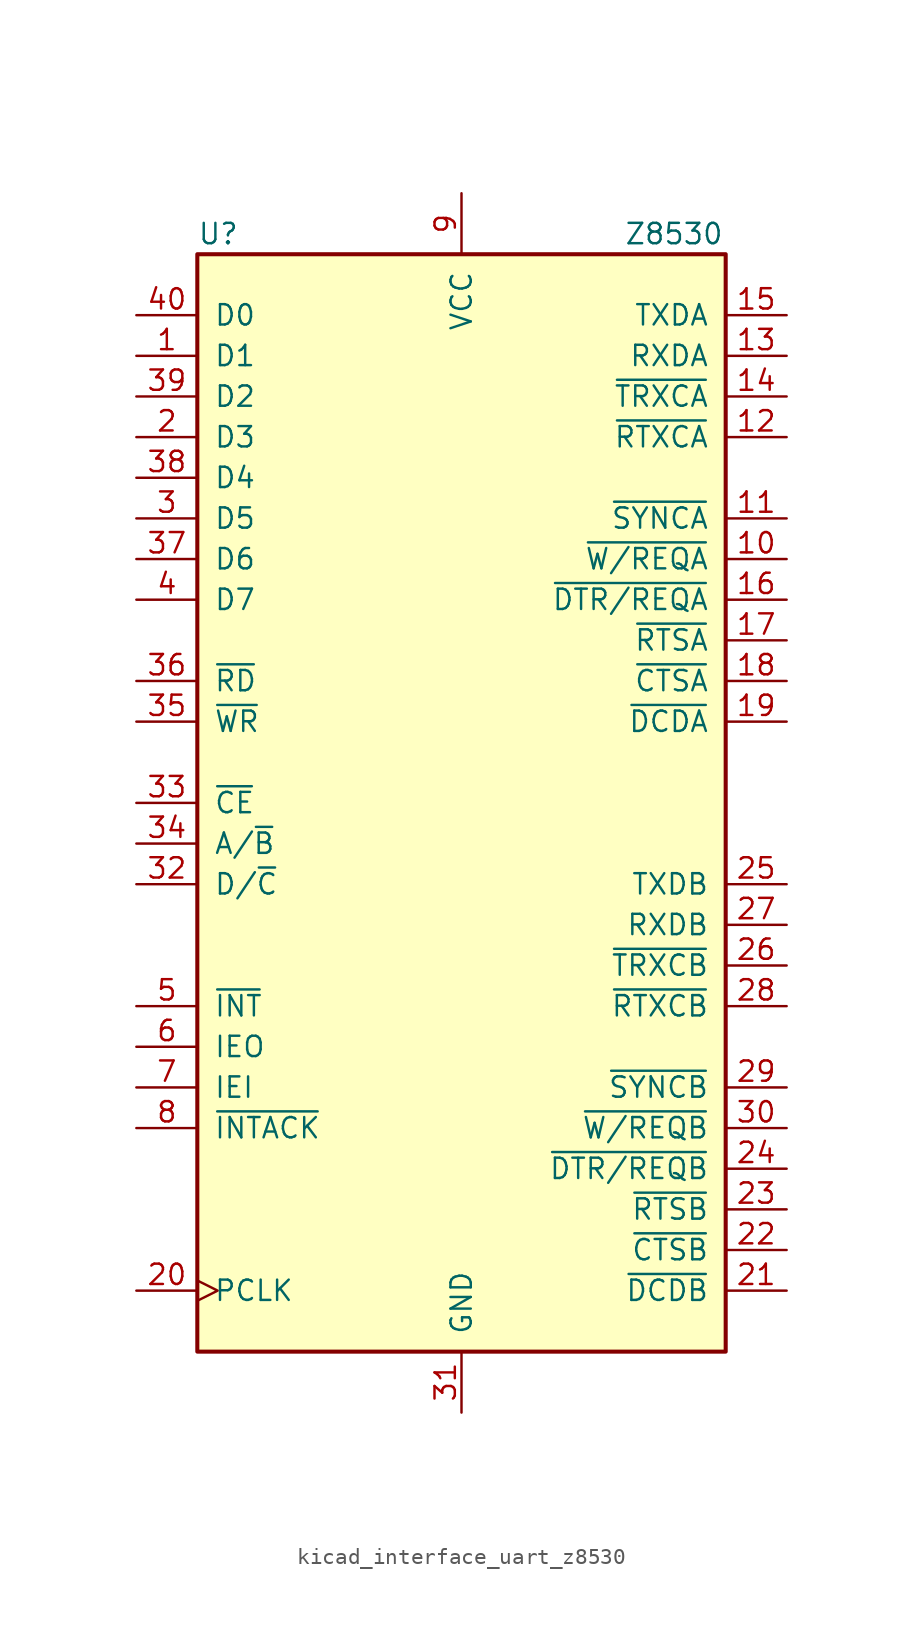
<source format=kicad_sym>
(kicad_symbol_lib
  (version 20220914)
  (generator kicad_symbol_editor)
  (symbol "kicad_interface_uart_z8530"
    (pin_names
      (offset 1.016))
    (property "Reference" "U"
      (at -16.51 35.56 0)
      (effects (font (size 1.27 1.27)) (justify left)))
    (property "Value" "Z8530"
      (at 10.16 35.56 0)
      (effects (font (size 1.27 1.27)) (justify left)))
    (symbol "kicad_interface_uart_z8530_0_1"
      (rectangle (start -16.51 -34.29) (end 16.51 34.29) (stroke (width 0.254) (type default)) (fill (type background))))
    (symbol "kicad_interface_uart_z8530_1_1"
      (pin input line (at -20.32 27.94 0) (length 3.81) (name "D1" (effects (font (size 1.27 1.27)))) (number "1" (effects (font (size 1.27 1.27)))))
      (pin output line (at 20.32 15.24 180) (length 3.81) (name "~{W/REQA}" (effects (font (size 1.27 1.27)))) (number "10" (effects (font (size 1.27 1.27)))))
      (pin bidirectional line (at 20.32 17.78 180) (length 3.81) (name "~{SYNCA}" (effects (font (size 1.27 1.27)))) (number "11" (effects (font (size 1.27 1.27)))))
      (pin input line (at 20.32 22.86 180) (length 3.81) (name "~{RTXCA}" (effects (font (size 1.27 1.27)))) (number "12" (effects (font (size 1.27 1.27)))))
      (pin input line (at 20.32 27.94 180) (length 3.81) (name "RXDA" (effects (font (size 1.27 1.27)))) (number "13" (effects (font (size 1.27 1.27)))))
      (pin bidirectional line (at 20.32 25.4 180) (length 3.81) (name "~{TRXCA}" (effects (font (size 1.27 1.27)))) (number "14" (effects (font (size 1.27 1.27)))))
      (pin output line (at 20.32 30.48 180) (length 3.81) (name "TXDA" (effects (font (size 1.27 1.27)))) (number "15" (effects (font (size 1.27 1.27)))))
      (pin output line (at 20.32 12.7 180) (length 3.81) (name "~{DTR/REQA}" (effects (font (size 1.27 1.27)))) (number "16" (effects (font (size 1.27 1.27)))))
      (pin output line (at 20.32 10.16 180) (length 3.81) (name "~{RTSA}" (effects (font (size 1.27 1.27)))) (number "17" (effects (font (size 1.27 1.27)))))
      (pin input line (at 20.32 7.62 180) (length 3.81) (name "~{CTSA}" (effects (font (size 1.27 1.27)))) (number "18" (effects (font (size 1.27 1.27)))))
      (pin input line (at 20.32 5.08 180) (length 3.81) (name "~{DCDA}" (effects (font (size 1.27 1.27)))) (number "19" (effects (font (size 1.27 1.27)))))
      (pin input line (at -20.32 22.86 0) (length 3.81) (name "D3" (effects (font (size 1.27 1.27)))) (number "2" (effects (font (size 1.27 1.27)))))
      (pin input clock (at -20.32 -30.48 0) (length 3.81) (name "PCLK" (effects (font (size 1.27 1.27)))) (number "20" (effects (font (size 1.27 1.27)))))
      (pin input line (at 20.32 -30.48 180) (length 3.81) (name "~{DCDB}" (effects (font (size 1.27 1.27)))) (number "21" (effects (font (size 1.27 1.27)))))
      (pin input line (at 20.32 -27.94 180) (length 3.81) (name "~{CTSB}" (effects (font (size 1.27 1.27)))) (number "22" (effects (font (size 1.27 1.27)))))
      (pin output line (at 20.32 -25.4 180) (length 3.81) (name "~{RTSB}" (effects (font (size 1.27 1.27)))) (number "23" (effects (font (size 1.27 1.27)))))
      (pin output line (at 20.32 -22.86 180) (length 3.81) (name "~{DTR/REQB}" (effects (font (size 1.27 1.27)))) (number "24" (effects (font (size 1.27 1.27)))))
      (pin output line (at 20.32 -5.08 180) (length 3.81) (name "TXDB" (effects (font (size 1.27 1.27)))) (number "25" (effects (font (size 1.27 1.27)))))
      (pin bidirectional line (at 20.32 -10.16 180) (length 3.81) (name "~{TRXCB}" (effects (font (size 1.27 1.27)))) (number "26" (effects (font (size 1.27 1.27)))))
      (pin input line (at 20.32 -7.62 180) (length 3.81) (name "RXDB" (effects (font (size 1.27 1.27)))) (number "27" (effects (font (size 1.27 1.27)))))
      (pin input line (at 20.32 -12.7 180) (length 3.81) (name "~{RTXCB}" (effects (font (size 1.27 1.27)))) (number "28" (effects (font (size 1.27 1.27)))))
      (pin bidirectional line (at 20.32 -17.78 180) (length 3.81) (name "~{SYNCB}" (effects (font (size 1.27 1.27)))) (number "29" (effects (font (size 1.27 1.27)))))
      (pin input line (at -20.32 17.78 0) (length 3.81) (name "D5" (effects (font (size 1.27 1.27)))) (number "3" (effects (font (size 1.27 1.27)))))
      (pin output line (at 20.32 -20.32 180) (length 3.81) (name "~{W/REQB}" (effects (font (size 1.27 1.27)))) (number "30" (effects (font (size 1.27 1.27)))))
      (pin power_in line (at 0 -38.1 90) (length 3.81) (name "GND" (effects (font (size 1.27 1.27)))) (number "31" (effects (font (size 1.27 1.27)))))
      (pin input line (at -20.32 -5.08 0) (length 3.81) (name "D/~{C}" (effects (font (size 1.27 1.27)))) (number "32" (effects (font (size 1.27 1.27)))))
      (pin input line (at -20.32 0 0) (length 3.81) (name "~{CE}" (effects (font (size 1.27 1.27)))) (number "33" (effects (font (size 1.27 1.27)))))
      (pin input line (at -20.32 -2.54 0) (length 3.81) (name "A/~{B}" (effects (font (size 1.27 1.27)))) (number "34" (effects (font (size 1.27 1.27)))))
      (pin input line (at -20.32 5.08 0) (length 3.81) (name "~{WR}" (effects (font (size 1.27 1.27)))) (number "35" (effects (font (size 1.27 1.27)))))
      (pin input line (at -20.32 7.62 0) (length 3.81) (name "~{RD}" (effects (font (size 1.27 1.27)))) (number "36" (effects (font (size 1.27 1.27)))))
      (pin input line (at -20.32 15.24 0) (length 3.81) (name "D6" (effects (font (size 1.27 1.27)))) (number "37" (effects (font (size 1.27 1.27)))))
      (pin input line (at -20.32 20.32 0) (length 3.81) (name "D4" (effects (font (size 1.27 1.27)))) (number "38" (effects (font (size 1.27 1.27)))))
      (pin input line (at -20.32 25.4 0) (length 3.81) (name "D2" (effects (font (size 1.27 1.27)))) (number "39" (effects (font (size 1.27 1.27)))))
      (pin input line (at -20.32 12.7 0) (length 3.81) (name "D7" (effects (font (size 1.27 1.27)))) (number "4" (effects (font (size 1.27 1.27)))))
      (pin input line (at -20.32 30.48 0) (length 3.81) (name "D0" (effects (font (size 1.27 1.27)))) (number "40" (effects (font (size 1.27 1.27)))))
      (pin open_collector line (at -20.32 -12.7 0) (length 3.81) (name "~{INT}" (effects (font (size 1.27 1.27)))) (number "5" (effects (font (size 1.27 1.27)))))
      (pin output line (at -20.32 -15.24 0) (length 3.81) (name "IEO" (effects (font (size 1.27 1.27)))) (number "6" (effects (font (size 1.27 1.27)))))
      (pin input line (at -20.32 -17.78 0) (length 3.81) (name "IEI" (effects (font (size 1.27 1.27)))) (number "7" (effects (font (size 1.27 1.27)))))
      (pin input line (at -20.32 -20.32 0) (length 3.81) (name "~{INTACK}" (effects (font (size 1.27 1.27)))) (number "8" (effects (font (size 1.27 1.27)))))
      (pin power_in line (at 0 38.1 270) (length 3.81) (name "VCC" (effects (font (size 1.27 1.27)))) (number "9" (effects (font (size 1.27 1.27))))))))
</source>
